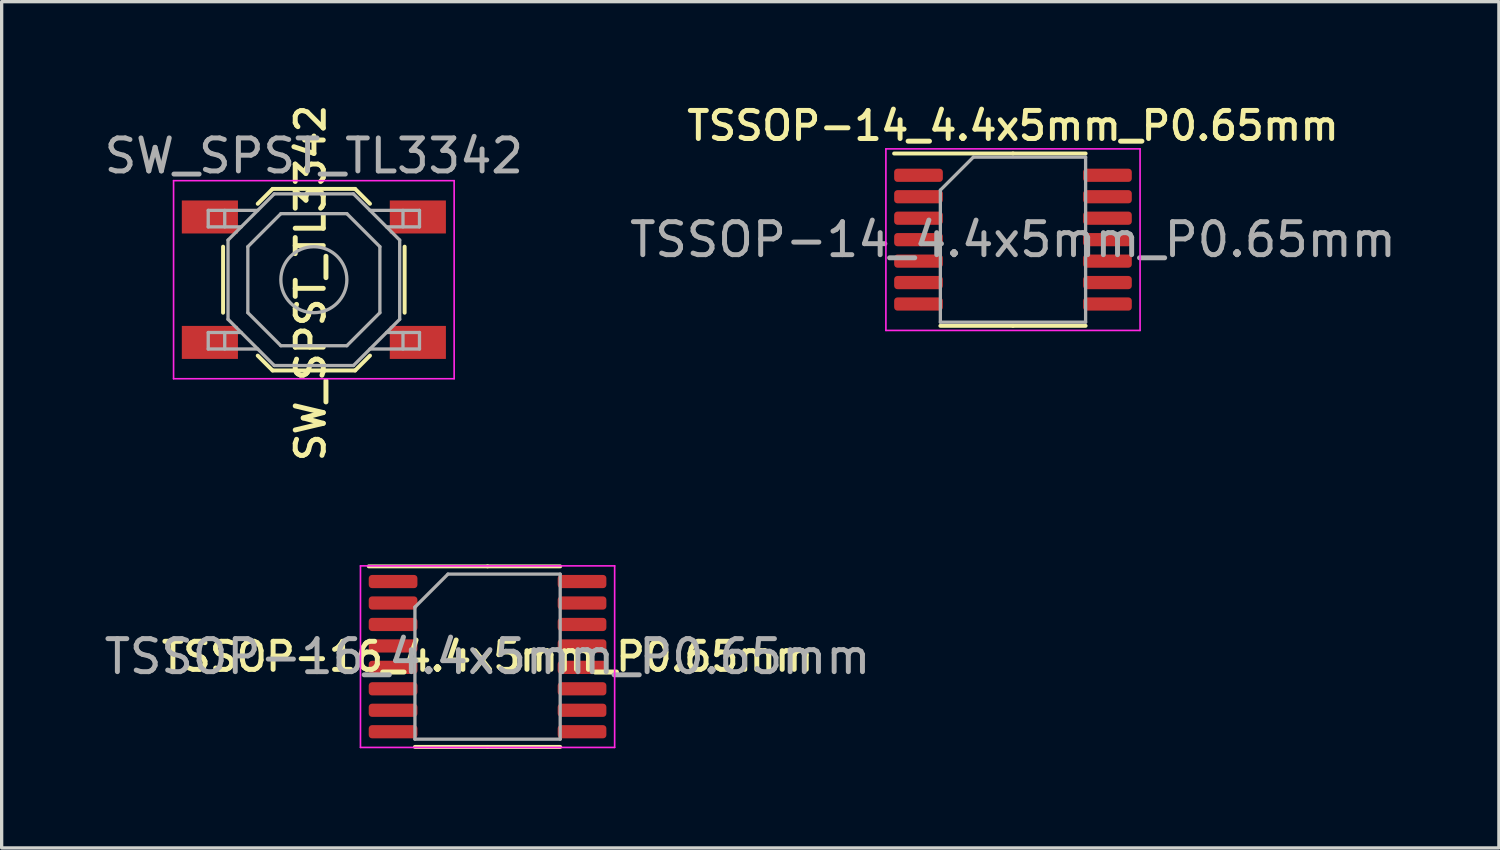
<source format=kicad_pcb>
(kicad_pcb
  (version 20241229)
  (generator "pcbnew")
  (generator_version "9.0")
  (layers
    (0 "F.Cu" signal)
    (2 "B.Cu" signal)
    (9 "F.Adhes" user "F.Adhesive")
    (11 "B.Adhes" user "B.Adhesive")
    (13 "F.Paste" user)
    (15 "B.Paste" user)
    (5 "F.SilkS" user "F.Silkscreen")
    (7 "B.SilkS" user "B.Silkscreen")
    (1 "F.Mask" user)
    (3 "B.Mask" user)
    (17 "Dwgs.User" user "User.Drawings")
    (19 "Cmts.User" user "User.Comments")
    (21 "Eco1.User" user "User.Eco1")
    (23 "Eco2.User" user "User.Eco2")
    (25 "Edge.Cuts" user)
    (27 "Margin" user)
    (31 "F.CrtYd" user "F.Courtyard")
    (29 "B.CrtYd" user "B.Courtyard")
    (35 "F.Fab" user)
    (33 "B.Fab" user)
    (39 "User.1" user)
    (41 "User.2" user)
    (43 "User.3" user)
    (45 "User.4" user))
  (footprint "TSSOP-14_4.4x5mm_P0.65mm"
    (layer "F.Cu")
    (at 27.637 4.21)
    (property "Reference" "TSSOP-14_4.4x5mm_P0.65mm" (at 0 -3.45 0) (layer "F.SilkS") (effects (font (size 0.85 0.85) (thickness 0.15))))
    (attr smd)
    (fp_line (start 0 -2.61) (end -3.6 -2.61) (stroke (width 0.12) (type solid)) (layer "F.SilkS"))
    (fp_line (start 0 -2.61) (end 2.2 -2.61) (stroke (width 0.12) (type solid)) (layer "F.SilkS"))
    (fp_line (start 0 2.61) (end -2.2 2.61) (stroke (width 0.12) (type solid)) (layer "F.SilkS"))
    (fp_line (start 0 2.61) (end 2.2 2.61) (stroke (width 0.12) (type solid)) (layer "F.SilkS"))
    (fp_line (start -3.85 -2.75) (end -3.85 2.75) (stroke (width 0.05) (type solid)) (layer "F.CrtYd"))
    (fp_line (start -3.85 2.75) (end 3.85 2.75) (stroke (width 0.05) (type solid)) (layer "F.CrtYd"))
    (fp_line (start 3.85 -2.75) (end -3.85 -2.75) (stroke (width 0.05) (type solid)) (layer "F.CrtYd"))
    (fp_line (start 3.85 2.75) (end 3.85 -2.75) (stroke (width 0.05) (type solid)) (layer "F.CrtYd"))
    (fp_line (start -2.2 -1.5) (end -1.2 -2.5) (stroke (width 0.1) (type solid)) (layer "F.Fab"))
    (fp_line (start -2.2 2.5) (end -2.2 -1.5) (stroke (width 0.1) (type solid)) (layer "F.Fab"))
    (fp_line (start -1.2 -2.5) (end 2.2 -2.5) (stroke (width 0.1) (type solid)) (layer "F.Fab"))
    (fp_line (start 2.2 -2.5) (end 2.2 2.5) (stroke (width 0.1) (type solid)) (layer "F.Fab"))
    (fp_line (start 2.2 2.5) (end -2.2 2.5) (stroke (width 0.1) (type solid)) (layer "F.Fab"))
    (fp_text user "${REFERENCE}" (at 0 0 0) (layer "F.Fab") (effects (font (size 1 1) (thickness 0.15))))
    (pad "1" smd roundrect (at -2.862 -1.95 180) (size 1.475 0.4) (layers "F.Cu" "F.Mask" "F.Paste") (roundrect_rratio 0.25))
    (pad "2" smd roundrect (at -2.862 -1.3 180) (size 1.475 0.4) (layers "F.Cu" "F.Mask" "F.Paste") (roundrect_rratio 0.25))
    (pad "3" smd roundrect (at -2.862 -0.65 180) (size 1.475 0.4) (layers "F.Cu" "F.Mask" "F.Paste") (roundrect_rratio 0.25))
    (pad "4" smd roundrect (at -2.862 0 180) (size 1.475 0.4) (layers "F.Cu" "F.Mask" "F.Paste") (roundrect_rratio 0.25))
    (pad "5" smd roundrect (at -2.862 0.65 180) (size 1.475 0.4) (layers "F.Cu" "F.Mask" "F.Paste") (roundrect_rratio 0.25))
    (pad "6" smd roundrect (at -2.862 1.3 180) (size 1.475 0.4) (layers "F.Cu" "F.Mask" "F.Paste") (roundrect_rratio 0.25))
    (pad "7" smd roundrect (at -2.862 1.95 180) (size 1.475 0.4) (layers "F.Cu" "F.Mask" "F.Paste") (roundrect_rratio 0.25))
    (pad "8" smd roundrect (at 2.862 1.95 180) (size 1.475 0.4) (layers "F.Cu" "F.Mask" "F.Paste") (roundrect_rratio 0.25))
    (pad "9" smd roundrect (at 2.862 1.3 180) (size 1.475 0.4) (layers "F.Cu" "F.Mask" "F.Paste") (roundrect_rratio 0.25))
    (pad "10" smd roundrect (at 2.862 0.65 180) (size 1.475 0.4) (layers "F.Cu" "F.Mask" "F.Paste") (roundrect_rratio 0.25))
    (pad "11" smd roundrect (at 2.862 0 180) (size 1.475 0.4) (layers "F.Cu" "F.Mask" "F.Paste") (roundrect_rratio 0.25))
    (pad "12" smd roundrect (at 2.862 -0.65 180) (size 1.475 0.4) (layers "F.Cu" "F.Mask" "F.Paste") (roundrect_rratio 0.25))
    (pad "13" smd roundrect (at 2.862 -1.3 180) (size 1.475 0.4) (layers "F.Cu" "F.Mask" "F.Paste") (roundrect_rratio 0.25))
    (pad "14" smd roundrect (at 2.862 -1.95 180) (size 1.475 0.4) (layers "F.Cu" "F.Mask" "F.Paste") (roundrect_rratio 0.25)))
  (footprint "TSSOP-16_4.4x5mm_P0.65mm"
    (layer "F.Cu")
    (at 11.72 16.842)
    (property "Reference" "TSSOP-16_4.4x5mm_P0.65mm" (at 0 0 180) (layer "F.SilkS") (effects (font (size 0.85 0.85) (thickness 0.15))))
    (attr smd)
    (fp_line (start 0 -2.735) (end -3.6 -2.735) (stroke (width 0.12) (type solid)) (layer "F.SilkS"))
    (fp_line (start 0 -2.735) (end 2.2 -2.735) (stroke (width 0.12) (type solid)) (layer "F.SilkS"))
    (fp_line (start 0 2.735) (end -2.2 2.735) (stroke (width 0.12) (type solid)) (layer "F.SilkS"))
    (fp_line (start 0 2.735) (end 2.2 2.735) (stroke (width 0.12) (type solid)) (layer "F.SilkS"))
    (fp_line (start -3.85 -2.75) (end -3.85 2.75) (stroke (width 0.05) (type solid)) (layer "F.CrtYd"))
    (fp_line (start -3.85 2.75) (end 3.85 2.75) (stroke (width 0.05) (type solid)) (layer "F.CrtYd"))
    (fp_line (start 3.85 -2.75) (end -3.85 -2.75) (stroke (width 0.05) (type solid)) (layer "F.CrtYd"))
    (fp_line (start 3.85 2.75) (end 3.85 -2.75) (stroke (width 0.05) (type solid)) (layer "F.CrtYd"))
    (fp_line (start -2.2 -1.5) (end -1.2 -2.5) (stroke (width 0.1) (type solid)) (layer "F.Fab"))
    (fp_line (start -2.2 2.5) (end -2.2 -1.5) (stroke (width 0.1) (type solid)) (layer "F.Fab"))
    (fp_line (start -1.2 -2.5) (end 2.2 -2.5) (stroke (width 0.1) (type solid)) (layer "F.Fab"))
    (fp_line (start 2.2 -2.5) (end 2.2 2.5) (stroke (width 0.1) (type solid)) (layer "F.Fab"))
    (fp_line (start 2.2 2.5) (end -2.2 2.5) (stroke (width 0.1) (type solid)) (layer "F.Fab"))
    (fp_text user "${REFERENCE}" (at 0 0 180) (layer "F.Fab") (effects (font (size 1 1) (thickness 0.15))))
    (pad "1" smd roundrect (at -2.862 -2.275) (size 1.475 0.4) (layers "F.Cu" "F.Mask" "F.Paste") (roundrect_rratio 0.25))
    (pad "2" smd roundrect (at -2.862 -1.625) (size 1.475 0.4) (layers "F.Cu" "F.Mask" "F.Paste") (roundrect_rratio 0.25))
    (pad "3" smd roundrect (at -2.862 -0.975) (size 1.475 0.4) (layers "F.Cu" "F.Mask" "F.Paste") (roundrect_rratio 0.25))
    (pad "4" smd roundrect (at -2.862 -0.325) (size 1.475 0.4) (layers "F.Cu" "F.Mask" "F.Paste") (roundrect_rratio 0.25))
    (pad "5" smd roundrect (at -2.862 0.325) (size 1.475 0.4) (layers "F.Cu" "F.Mask" "F.Paste") (roundrect_rratio 0.25))
    (pad "6" smd roundrect (at -2.862 0.975) (size 1.475 0.4) (layers "F.Cu" "F.Mask" "F.Paste") (roundrect_rratio 0.25))
    (pad "7" smd roundrect (at -2.862 1.625) (size 1.475 0.4) (layers "F.Cu" "F.Mask" "F.Paste") (roundrect_rratio 0.25))
    (pad "8" smd roundrect (at -2.862 2.275) (size 1.475 0.4) (layers "F.Cu" "F.Mask" "F.Paste") (roundrect_rratio 0.25))
    (pad "9" smd roundrect (at 2.862 2.275) (size 1.475 0.4) (layers "F.Cu" "F.Mask" "F.Paste") (roundrect_rratio 0.25))
    (pad "10" smd roundrect (at 2.862 1.625) (size 1.475 0.4) (layers "F.Cu" "F.Mask" "F.Paste") (roundrect_rratio 0.25))
    (pad "11" smd roundrect (at 2.862 0.975) (size 1.475 0.4) (layers "F.Cu" "F.Mask" "F.Paste") (roundrect_rratio 0.25))
    (pad "12" smd roundrect (at 2.862 0.325) (size 1.475 0.4) (layers "F.Cu" "F.Mask" "F.Paste") (roundrect_rratio 0.25))
    (pad "13" smd roundrect (at 2.862 -0.325) (size 1.475 0.4) (layers "F.Cu" "F.Mask" "F.Paste") (roundrect_rratio 0.25))
    (pad "14" smd roundrect (at 2.862 -0.975) (size 1.475 0.4) (layers "F.Cu" "F.Mask" "F.Paste") (roundrect_rratio 0.25))
    (pad "15" smd roundrect (at 2.862 -1.625) (size 1.475 0.4) (layers "F.Cu" "F.Mask" "F.Paste") (roundrect_rratio 0.25))
    (pad "16" smd roundrect (at 2.862 -2.275) (size 1.475 0.4) (layers "F.Cu" "F.Mask" "F.Paste") (roundrect_rratio 0.25)))
  (footprint "SW_SPST_TL3342"
    (layer "F.Cu")
    (at 6.458 5.423)
    (property "Reference" "SW_SPST_TL3342" (at -0.1 0.1 90) (layer "F.SilkS") (effects (font (size 0.85 0.85) (thickness 0.15))))
    (attr smd)
    (fp_line (start -2.75 -1) (end -2.75 1) (stroke (width 0.12) (type solid)) (layer "F.SilkS"))
    (fp_line (start -1.7 -2.3) (end -1.25 -2.75) (stroke (width 0.12) (type solid)) (layer "F.SilkS"))
    (fp_line (start -1.7 2.3) (end -1.25 2.75) (stroke (width 0.12) (type solid)) (layer "F.SilkS"))
    (fp_line (start -1.25 -2.75) (end 1.25 -2.75) (stroke (width 0.12) (type solid)) (layer "F.SilkS"))
    (fp_line (start -1.25 2.75) (end 1.25 2.75) (stroke (width 0.12) (type solid)) (layer "F.SilkS"))
    (fp_line (start 1.7 -2.3) (end 1.25 -2.75) (stroke (width 0.12) (type solid)) (layer "F.SilkS"))
    (fp_line (start 1.7 2.3) (end 1.25 2.75) (stroke (width 0.12) (type solid)) (layer "F.SilkS"))
    (fp_line (start 2.75 -1) (end 2.75 1) (stroke (width 0.12) (type solid)) (layer "F.SilkS"))
    (fp_line (start -4.25 -3) (end 4.25 -3) (stroke (width 0.05) (type solid)) (layer "F.CrtYd"))
    (fp_line (start -4.25 3) (end -4.25 -3) (stroke (width 0.05) (type solid)) (layer "F.CrtYd"))
    (fp_line (start 4.25 -3) (end 4.25 3) (stroke (width 0.05) (type solid)) (layer "F.CrtYd"))
    (fp_line (start 4.25 3) (end -4.25 3) (stroke (width 0.05) (type solid)) (layer "F.CrtYd"))
    (fp_line (start -3.2 -2.1) (end -3.2 -1.6) (stroke (width 0.1) (type solid)) (layer "F.Fab"))
    (fp_line (start -3.2 -1.6) (end -2.2 -1.6) (stroke (width 0.1) (type solid)) (layer "F.Fab"))
    (fp_line (start -3.2 1.6) (end -2.2 1.6) (stroke (width 0.1) (type solid)) (layer "F.Fab"))
    (fp_line (start -3.2 2.1) (end -3.2 1.6) (stroke (width 0.1) (type solid)) (layer "F.Fab"))
    (fp_line (start -2.7 -2.1) (end -2.7 -1.6) (stroke (width 0.1) (type solid)) (layer "F.Fab"))
    (fp_line (start -2.7 2.1) (end -2.7 1.6) (stroke (width 0.1) (type solid)) (layer "F.Fab"))
    (fp_line (start -2.6 -1.2) (end -2.6 1.2) (stroke (width 0.1) (type solid)) (layer "F.Fab"))
    (fp_line (start -2.6 1.2) (end -1.2 2.6) (stroke (width 0.1) (type solid)) (layer "F.Fab"))
    (fp_line (start -2 -1) (end -1 -2) (stroke (width 0.1) (type solid)) (layer "F.Fab"))
    (fp_line (start -2 1) (end -2 -1) (stroke (width 0.1) (type solid)) (layer "F.Fab"))
    (fp_line (start -1.7 -2.1) (end -3.2 -2.1) (stroke (width 0.1) (type solid)) (layer "F.Fab"))
    (fp_line (start -1.7 2.1) (end -3.2 2.1) (stroke (width 0.1) (type solid)) (layer "F.Fab"))
    (fp_line (start -1.2 -2.6) (end -2.6 -1.2) (stroke (width 0.1) (type solid)) (layer "F.Fab"))
    (fp_line (start -1.2 2.6) (end 1.2 2.6) (stroke (width 0.1) (type solid)) (layer "F.Fab"))
    (fp_line (start -1 -2) (end 1 -2) (stroke (width 0.1) (type solid)) (layer "F.Fab"))
    (fp_line (start -1 2) (end -2 1) (stroke (width 0.1) (type solid)) (layer "F.Fab"))
    (fp_line (start 1 -2) (end 2 -1) (stroke (width 0.1) (type solid)) (layer "F.Fab"))
    (fp_line (start 1 2) (end -1 2) (stroke (width 0.1) (type solid)) (layer "F.Fab"))
    (fp_line (start 1.2 -2.6) (end -1.2 -2.6) (stroke (width 0.1) (type solid)) (layer "F.Fab"))
    (fp_line (start 1.2 2.6) (end 2.6 1.2) (stroke (width 0.1) (type solid)) (layer "F.Fab"))
    (fp_line (start 1.7 -2.1) (end 3.2 -2.1) (stroke (width 0.1) (type solid)) (layer "F.Fab"))
    (fp_line (start 1.7 2.1) (end 3.2 2.1) (stroke (width 0.1) (type solid)) (layer "F.Fab"))
    (fp_line (start 2 -1) (end 2 1) (stroke (width 0.1) (type solid)) (layer "F.Fab"))
    (fp_line (start 2 1) (end 1 2) (stroke (width 0.1) (type solid)) (layer "F.Fab"))
    (fp_line (start 2.6 -1.2) (end 1.2 -2.6) (stroke (width 0.1) (type solid)) (layer "F.Fab"))
    (fp_line (start 2.6 1.2) (end 2.6 -1.2) (stroke (width 0.1) (type solid)) (layer "F.Fab"))
    (fp_line (start 2.7 -2.1) (end 2.7 -1.6) (stroke (width 0.1) (type solid)) (layer "F.Fab"))
    (fp_line (start 2.7 2.1) (end 2.7 1.6) (stroke (width 0.1) (type solid)) (layer "F.Fab"))
    (fp_line (start 3.2 -2.1) (end 3.2 -1.6) (stroke (width 0.1) (type solid)) (layer "F.Fab"))
    (fp_line (start 3.2 -1.6) (end 2.2 -1.6) (stroke (width 0.1) (type solid)) (layer "F.Fab"))
    (fp_line (start 3.2 1.6) (end 2.2 1.6) (stroke (width 0.1) (type solid)) (layer "F.Fab"))
    (fp_line (start 3.2 2.1) (end 3.2 1.6) (stroke (width 0.1) (type solid)) (layer "F.Fab"))
    (fp_circle (center 0 0) (end 1 0) (stroke (width 0.1) (type solid)) (fill no) (layer "F.Fab"))
    (fp_text user "${REFERENCE}" (at 0 -3.75 0) (layer "F.Fab") (effects (font (size 1 1) (thickness 0.15))))
    (pad "1" smd rect (at -3.15 -1.9 180) (size 1.7 1) (layers "F.Cu" "F.Mask" "F.Paste"))
    (pad "1" smd rect (at 3.15 -1.9 180) (size 1.7 1) (layers "F.Cu" "F.Mask" "F.Paste"))
    (pad "2" smd rect (at -3.15 1.9 180) (size 1.7 1) (layers "F.Cu" "F.Mask" "F.Paste"))
    (pad "2" smd rect (at 3.15 1.9 180) (size 1.7 1) (layers "F.Cu" "F.Mask" "F.Paste")))
  (gr_rect
    (start -3 -3)
    (end 42.357 22.637)
    (stroke (width 0.1) (type default))
    (fill no)
    (layer "Edge.Cuts")))
</source>
